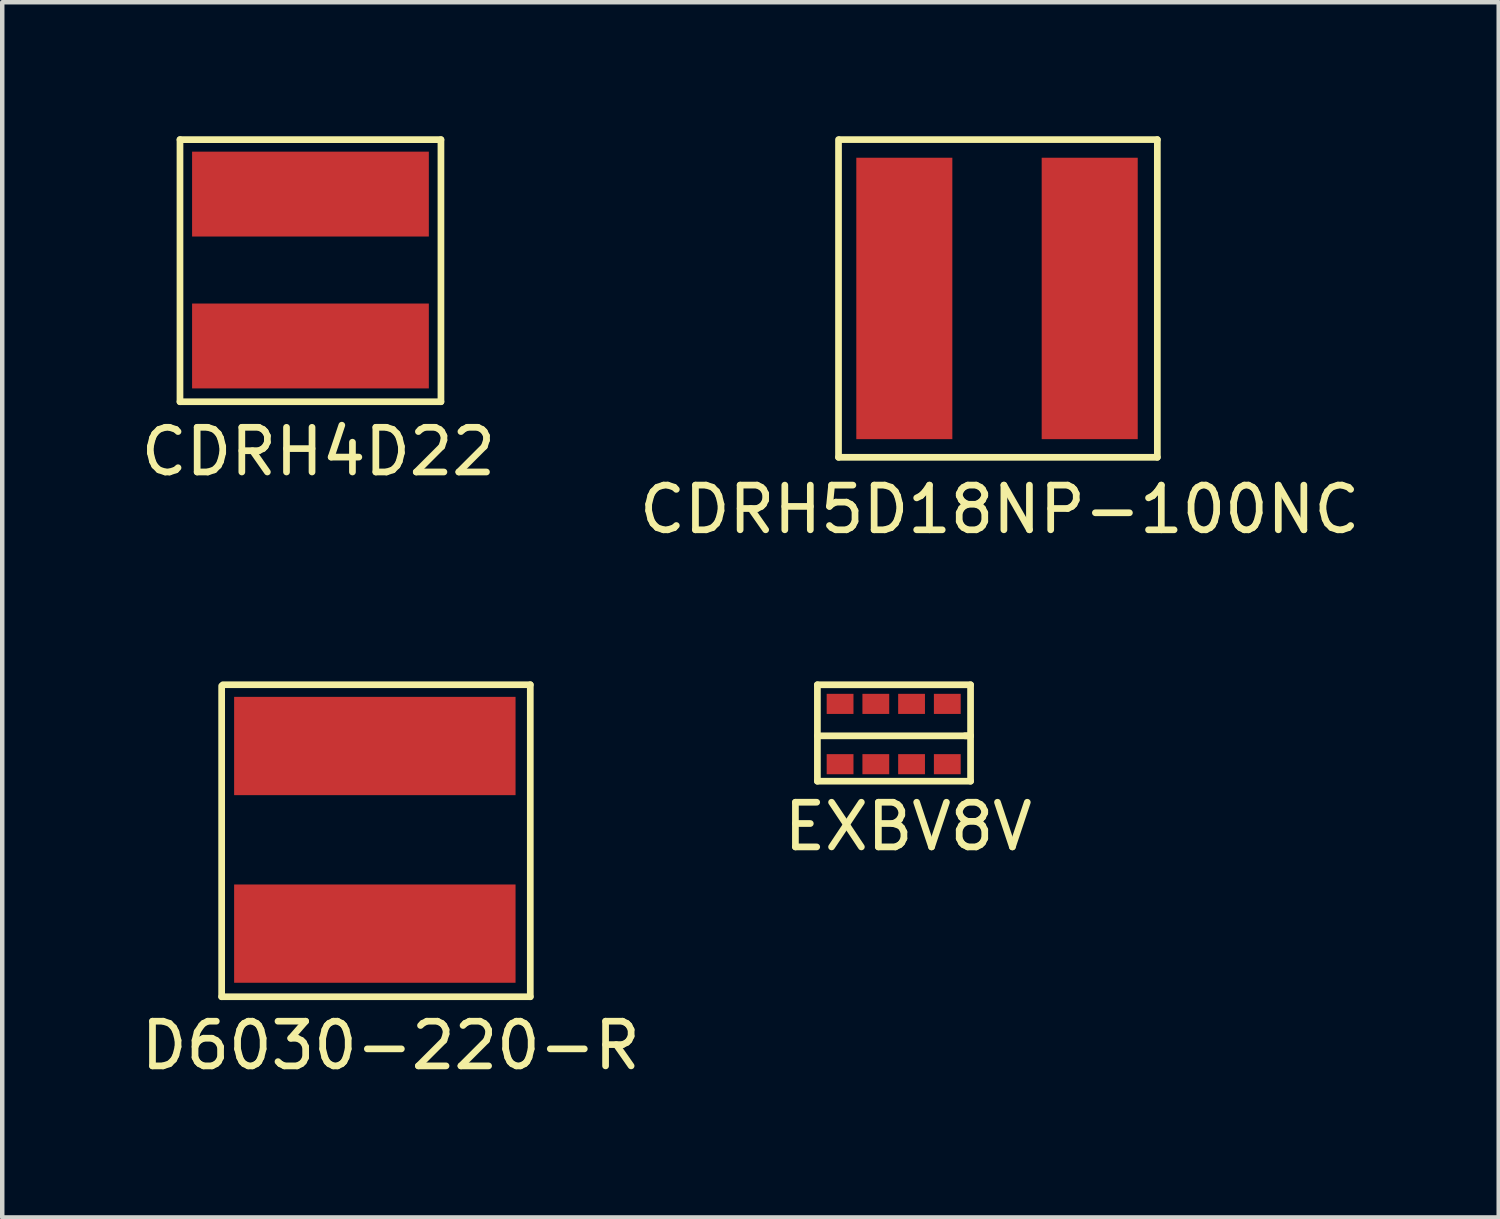
<source format=kicad_pcb>
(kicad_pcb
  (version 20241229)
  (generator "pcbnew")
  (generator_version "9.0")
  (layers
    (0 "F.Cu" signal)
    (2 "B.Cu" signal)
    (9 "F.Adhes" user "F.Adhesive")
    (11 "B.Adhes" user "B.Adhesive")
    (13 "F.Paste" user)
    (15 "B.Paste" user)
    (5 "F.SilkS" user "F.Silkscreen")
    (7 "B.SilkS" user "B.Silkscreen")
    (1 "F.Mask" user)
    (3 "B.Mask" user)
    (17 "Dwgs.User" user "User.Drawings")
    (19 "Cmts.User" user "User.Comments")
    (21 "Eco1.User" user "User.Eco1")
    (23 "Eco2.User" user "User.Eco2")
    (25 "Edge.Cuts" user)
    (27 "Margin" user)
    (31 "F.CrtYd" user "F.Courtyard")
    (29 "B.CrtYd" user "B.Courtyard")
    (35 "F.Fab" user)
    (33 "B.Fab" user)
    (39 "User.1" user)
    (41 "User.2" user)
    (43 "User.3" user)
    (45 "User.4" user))
  (footprint "CDRH5D18NP-100NC"
    (layer "F.Cu")
    (at 19.023 3.148)
    (property "Reference" "CDRH5D18NP-100NC" (at 0.305 5.207 0) (layer "F.SilkS") (effects (font (size 1 1) (thickness 0.15))))
    (attr through_hole)
    (fp_line (start -3.302 4.039) (end -3.302 -3.073) (stroke (width 0.15) (type solid)) (layer "F.SilkS"))
    (fp_line (start -3.279 -3.073) (end 3.835 -3.073) (stroke (width 0.15) (type solid)) (layer "F.SilkS"))
    (fp_line (start 3.835 -3.073) (end 3.835 4.039) (stroke (width 0.15) (type solid)) (layer "F.SilkS"))
    (fp_line (start 3.835 4.039) (end -3.302 4.039) (stroke (width 0.15) (type solid)) (layer "F.SilkS"))
    (pad "1" smd rect (at -1.829 0.483) (size 2.15 6.3) (layers "F.Cu" "F.Mask" "F.Paste"))
    (pad "2" smd rect (at 2.321 0.483) (size 2.15 6.3) (layers "F.Cu" "F.Mask" "F.Paste")))
  (footprint "CDRH4D22"
    (layer "F.Cu")
    (at 3.9 1.295)
    (property "Reference" "CDRH4D22" (at 0.178 5.766 0) (layer "F.SilkS") (effects (font (size 1 1) (thickness 0.15))))
    (attr through_hole)
    (fp_line (start -2.921 -1.22) (end -2.921 4.648) (stroke (width 0.15) (type solid)) (layer "F.SilkS"))
    (fp_line (start -2.921 4.648) (end 2.921 4.648) (stroke (width 0.15) (type solid)) (layer "F.SilkS"))
    (fp_line (start 2.921 -1.219) (end -2.921 -1.219) (stroke (width 0.15) (type solid)) (layer "F.SilkS"))
    (fp_line (start 2.921 4.648) (end 2.921 -1.219) (stroke (width 0.15) (type solid)) (layer "F.SilkS"))
    (pad "1" smd rect (at 0 0) (size 5.3 1.9) (layers "F.Cu" "F.Mask" "F.Paste"))
    (pad "2" smd rect (at 0 3.4) (size 5.3 1.9) (layers "F.Cu" "F.Mask" "F.Paste")))
  (footprint "EXBV8V"
    (layer "F.Cu")
    (at 16.899 13.422)
    (property "Reference" "EXBV8V" (at 0.381 2.032 0) (layer "F.SilkS") (effects (font (size 1 1) (thickness 0.15))))
    (attr through_hole)
    (fp_line (start -1.651 -1.143) (end 1.778 -1.143) (stroke (width 0.15) (type solid)) (layer "F.SilkS"))
    (fp_line (start -1.651 0) (end 1.778 0) (stroke (width 0.15) (type solid)) (layer "F.SilkS"))
    (fp_line (start -1.651 1.016) (end -1.651 -1.143) (stroke (width 0.15) (type solid)) (layer "F.SilkS"))
    (fp_line (start 1.778 -1.143) (end 1.778 1.016) (stroke (width 0.15) (type solid)) (layer "F.SilkS"))
    (fp_line (start 1.778 0) (end 1.651 0) (stroke (width 0.15) (type solid)) (layer "F.SilkS"))
    (fp_line (start 1.778 1.016) (end -1.651 1.016) (stroke (width 0.15) (type solid)) (layer "F.SilkS"))
    (pad "1" smd rect (at -1.143 0.635) (size 0.6 0.45) (layers "F.Cu" "F.Mask" "F.Paste"))
    (pad "2" smd rect (at -0.343 0.635) (size 0.6 0.45) (layers "F.Cu" "F.Mask" "F.Paste"))
    (pad "3" smd rect (at 0.457 0.635) (size 0.6 0.45) (layers "F.Cu" "F.Mask" "F.Paste"))
    (pad "4" smd rect (at 1.257 0.635) (size 0.6 0.45) (layers "F.Cu" "F.Mask" "F.Paste"))
    (pad "5" smd rect (at 1.257 -0.715) (size 0.6 0.45) (layers "F.Cu" "F.Mask" "F.Paste"))
    (pad "6" smd rect (at 0.457 -0.715) (size 0.6 0.45) (layers "F.Cu" "F.Mask" "F.Paste"))
    (pad "7" smd rect (at -0.343 -0.715) (size 0.6 0.45) (layers "F.Cu" "F.Mask" "F.Paste"))
    (pad "8" smd rect (at -1.143 -0.715) (size 0.6 0.45) (layers "F.Cu" "F.Mask" "F.Paste")))
  (footprint "D6030-220-R"
    (layer "F.Cu")
    (at 5.341 13.65)
    (property "Reference" "D6030-220-R" (at 0.356 6.706 0) (layer "F.SilkS") (effects (font (size 1 1) (thickness 0.15))))
    (attr through_hole)
    (fp_line (start -3.429 5.613) (end -3.429 -1.346) (stroke (width 0.15) (type solid)) (layer "F.SilkS"))
    (fp_line (start -3.4 -1.372) (end 3.48 -1.372) (stroke (width 0.15) (type solid)) (layer "F.SilkS"))
    (fp_line (start 3.48 -1.372) (end 3.48 5.613) (stroke (width 0.15) (type solid)) (layer "F.SilkS"))
    (fp_line (start 3.48 5.613) (end -3.429 5.613) (stroke (width 0.15) (type solid)) (layer "F.SilkS"))
    (pad "1" smd rect (at 0 0) (size 6.3 2.2) (layers "F.Cu" "F.Mask" "F.Paste"))
    (pad "2" smd rect (at 0 4.2) (size 6.3 2.2) (layers "F.Cu" "F.Mask" "F.Paste")))
  (gr_rect
    (start -3 -3)
    (end 30.5 24.204)
    (stroke (width 0.1) (type default))
    (fill no)
    (layer "Edge.Cuts")))
</source>
